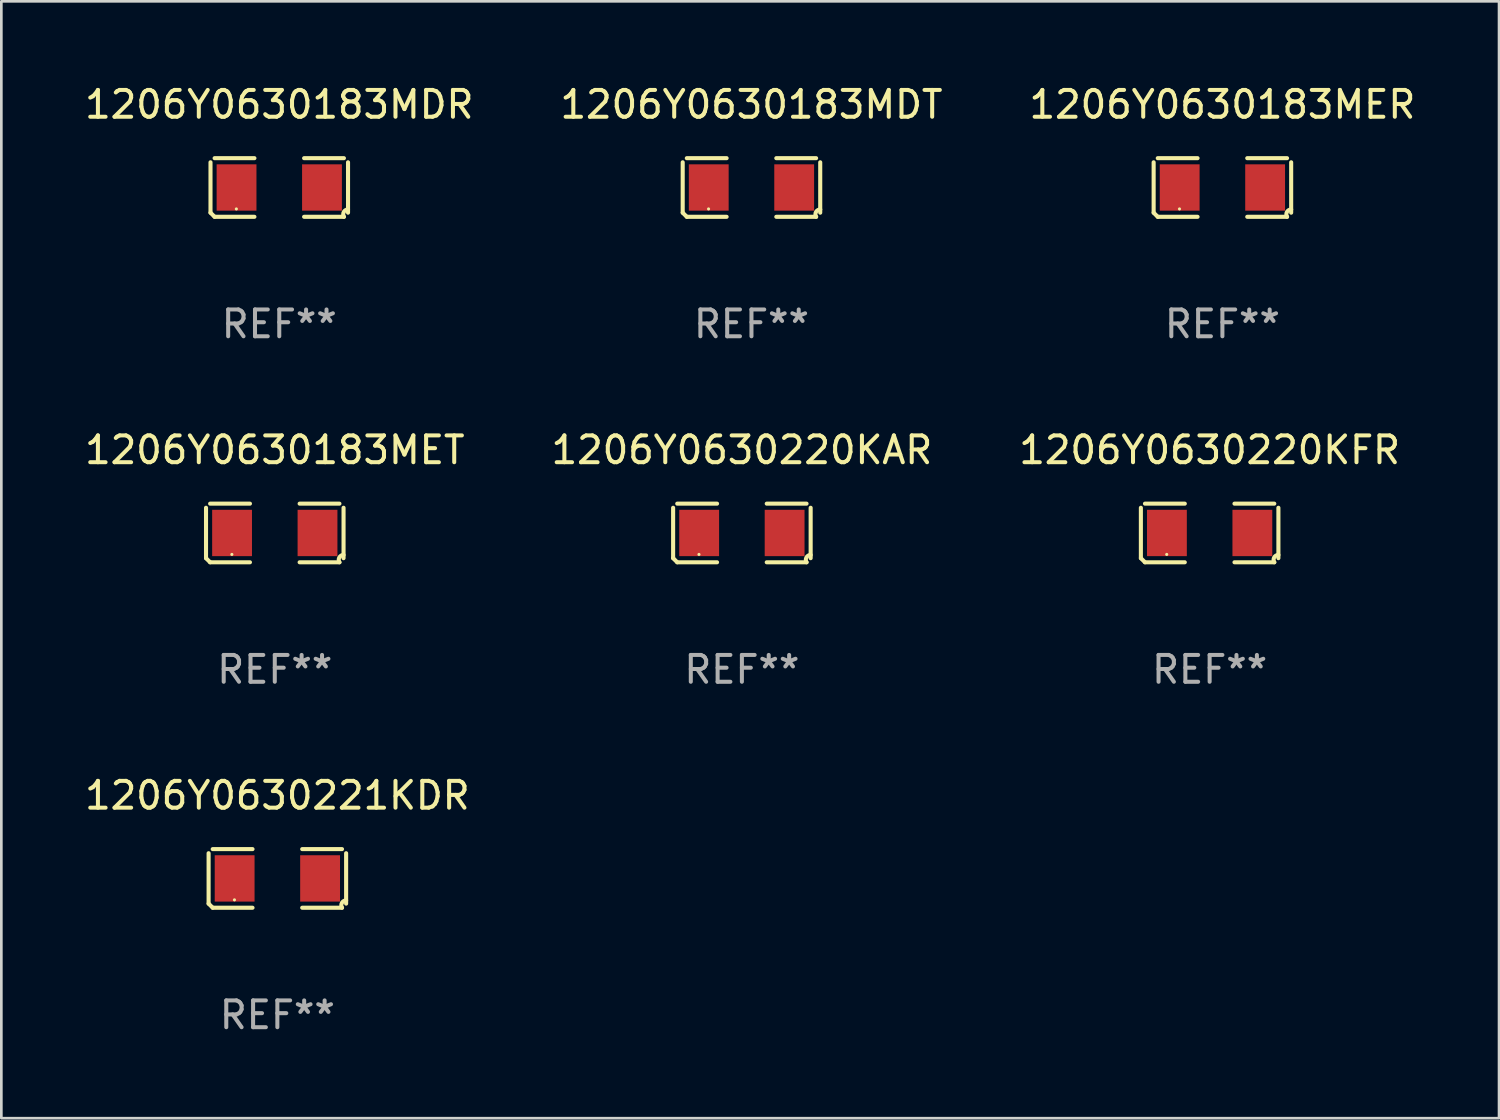
<source format=kicad_pcb>
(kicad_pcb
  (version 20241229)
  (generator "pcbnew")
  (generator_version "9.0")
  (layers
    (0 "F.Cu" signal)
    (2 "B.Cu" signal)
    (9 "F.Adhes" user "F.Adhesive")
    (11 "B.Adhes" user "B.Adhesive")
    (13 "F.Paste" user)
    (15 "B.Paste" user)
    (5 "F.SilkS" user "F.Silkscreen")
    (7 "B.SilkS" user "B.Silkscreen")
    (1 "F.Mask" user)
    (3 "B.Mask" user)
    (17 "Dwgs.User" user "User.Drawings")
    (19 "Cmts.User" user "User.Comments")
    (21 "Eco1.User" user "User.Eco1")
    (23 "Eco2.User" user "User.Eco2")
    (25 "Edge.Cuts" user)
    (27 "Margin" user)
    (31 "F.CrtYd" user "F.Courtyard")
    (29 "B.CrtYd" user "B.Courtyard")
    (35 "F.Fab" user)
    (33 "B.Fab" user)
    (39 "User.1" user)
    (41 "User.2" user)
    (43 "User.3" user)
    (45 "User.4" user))
  (footprint "1206Y0630220KFR"
    (layer "F.Cu")
    (at 42.054 16.823)
    (property "Reference" "1206Y0630220KFR" (at 0 -3.093 0) (layer "F.SilkS") (effects (font (size 1 1) (thickness 0.15))))
    (attr through_hole)
    (fp_line (start -2.564 0.94) (end -2.564 -0.94) (stroke (width 0.152) (type solid)) (layer "F.SilkS"))
    (fp_line (start -2.411 -1.093) (end -0.926 -1.093) (stroke (width 0.152) (type solid)) (layer "F.SilkS"))
    (fp_line (start -0.926 1.093) (end -2.411 1.093) (stroke (width 0.152) (type solid)) (layer "F.SilkS"))
    (fp_line (start 0.926 1.093) (end 2.411 1.093) (stroke (width 0.152) (type solid)) (layer "F.SilkS"))
    (fp_line (start 2.411 -1.093) (end 0.926 -1.093) (stroke (width 0.152) (type solid)) (layer "F.SilkS"))
    (fp_line (start 2.564 0.94) (end 2.564 -0.94) (stroke (width 0.152) (type solid)) (layer "F.SilkS"))
    (fp_arc (start -2.411201 1.092609) (mid -2.487413 1.01642) (end -2.563602 0.940208) (stroke (width 0.1524) (type solid)) (layer "F.SilkS"))
    (fp_arc (start 2.411201 1.092609) (mid 2.407159 0.911226) (end 2.563602 0.819347) (stroke (width 0.1524) (type solid)) (layer "F.SilkS"))
    (fp_circle (center -1.6 0.8) (end -1.57 0.8) (stroke (width 0.06) (type solid)) (fill no) (layer "F.SilkS"))
    (fp_text user "REF**" (at 0 5.093 0) (layer "F.Fab") (effects (font (size 1 1) (thickness 0.15))))
    (pad "1" smd rect (at -1.593 0) (size 1.485 1.728) (layers "F.Cu" "F.Mask" "F.Paste"))
    (pad "2" smd rect (at 1.593 0) (size 1.485 1.728) (layers "F.Cu" "F.Mask" "F.Paste")))
  (footprint "1206Y0630221KDR"
    (layer "F.Cu")
    (at 7.292 29.704)
    (property "Reference" "1206Y0630221KDR" (at 0 -3.093 0) (layer "F.SilkS") (effects (font (size 1 1) (thickness 0.15))))
    (attr through_hole)
    (fp_line (start -2.564 0.94) (end -2.564 -0.94) (stroke (width 0.152) (type solid)) (layer "F.SilkS"))
    (fp_line (start -2.411 -1.093) (end -0.926 -1.093) (stroke (width 0.152) (type solid)) (layer "F.SilkS"))
    (fp_line (start -0.926 1.093) (end -2.411 1.093) (stroke (width 0.152) (type solid)) (layer "F.SilkS"))
    (fp_line (start 0.926 1.093) (end 2.411 1.093) (stroke (width 0.152) (type solid)) (layer "F.SilkS"))
    (fp_line (start 2.411 -1.093) (end 0.926 -1.093) (stroke (width 0.152) (type solid)) (layer "F.SilkS"))
    (fp_line (start 2.564 0.94) (end 2.564 -0.94) (stroke (width 0.152) (type solid)) (layer "F.SilkS"))
    (fp_arc (start -2.411201 1.092609) (mid -2.487413 1.01642) (end -2.563602 0.940208) (stroke (width 0.1524) (type solid)) (layer "F.SilkS"))
    (fp_arc (start 2.411201 1.092609) (mid 2.407159 0.911226) (end 2.563602 0.819347) (stroke (width 0.1524) (type solid)) (layer "F.SilkS"))
    (fp_circle (center -1.6 0.8) (end -1.57 0.8) (stroke (width 0.06) (type solid)) (fill no) (layer "F.SilkS"))
    (fp_text user "REF**" (at 0 5.093 0) (layer "F.Fab") (effects (font (size 1 1) (thickness 0.15))))
    (pad "1" smd rect (at -1.593 0) (size 1.485 1.728) (layers "F.Cu" "F.Mask" "F.Paste"))
    (pad "2" smd rect (at 1.593 0) (size 1.485 1.728) (layers "F.Cu" "F.Mask" "F.Paste")))
  (footprint "1206Y0630183MDR"
    (layer "F.Cu")
    (at 7.363 3.941)
    (property "Reference" "1206Y0630183MDR" (at 0 -3.093 0) (layer "F.SilkS") (effects (font (size 1 1) (thickness 0.15))))
    (attr through_hole)
    (fp_line (start -2.564 0.94) (end -2.564 -0.94) (stroke (width 0.152) (type solid)) (layer "F.SilkS"))
    (fp_line (start -2.411 -1.093) (end -0.926 -1.093) (stroke (width 0.152) (type solid)) (layer "F.SilkS"))
    (fp_line (start -0.926 1.093) (end -2.411 1.093) (stroke (width 0.152) (type solid)) (layer "F.SilkS"))
    (fp_line (start 0.926 1.093) (end 2.411 1.093) (stroke (width 0.152) (type solid)) (layer "F.SilkS"))
    (fp_line (start 2.411 -1.093) (end 0.926 -1.093) (stroke (width 0.152) (type solid)) (layer "F.SilkS"))
    (fp_line (start 2.564 0.94) (end 2.564 -0.94) (stroke (width 0.152) (type solid)) (layer "F.SilkS"))
    (fp_arc (start -2.411201 1.092609) (mid -2.487413 1.01642) (end -2.563602 0.940208) (stroke (width 0.1524) (type solid)) (layer "F.SilkS"))
    (fp_arc (start 2.411201 1.092609) (mid 2.407159 0.911226) (end 2.563602 0.819347) (stroke (width 0.1524) (type solid)) (layer "F.SilkS"))
    (fp_circle (center -1.6 0.8) (end -1.57 0.8) (stroke (width 0.06) (type solid)) (fill no) (layer "F.SilkS"))
    (fp_text user "REF**" (at 0 5.093 0) (layer "F.Fab") (effects (font (size 1 1) (thickness 0.15))))
    (pad "1" smd rect (at -1.593 0) (size 1.485 1.728) (layers "F.Cu" "F.Mask" "F.Paste"))
    (pad "2" smd rect (at 1.593 0) (size 1.485 1.728) (layers "F.Cu" "F.Mask" "F.Paste")))
  (footprint "1206Y0630220KAR"
    (layer "F.Cu")
    (at 24.613 16.823)
    (property "Reference" "1206Y0630220KAR" (at 0 -3.093 0) (layer "F.SilkS") (effects (font (size 1 1) (thickness 0.15))))
    (attr through_hole)
    (fp_line (start -2.564 0.94) (end -2.564 -0.94) (stroke (width 0.152) (type solid)) (layer "F.SilkS"))
    (fp_line (start -2.411 -1.093) (end -0.926 -1.093) (stroke (width 0.152) (type solid)) (layer "F.SilkS"))
    (fp_line (start -0.926 1.093) (end -2.411 1.093) (stroke (width 0.152) (type solid)) (layer "F.SilkS"))
    (fp_line (start 0.926 1.093) (end 2.411 1.093) (stroke (width 0.152) (type solid)) (layer "F.SilkS"))
    (fp_line (start 2.411 -1.093) (end 0.926 -1.093) (stroke (width 0.152) (type solid)) (layer "F.SilkS"))
    (fp_line (start 2.564 0.94) (end 2.564 -0.94) (stroke (width 0.152) (type solid)) (layer "F.SilkS"))
    (fp_arc (start -2.411201 1.092609) (mid -2.487413 1.01642) (end -2.563602 0.940208) (stroke (width 0.1524) (type solid)) (layer "F.SilkS"))
    (fp_arc (start 2.411201 1.092609) (mid 2.407159 0.911226) (end 2.563602 0.819347) (stroke (width 0.1524) (type solid)) (layer "F.SilkS"))
    (fp_circle (center -1.6 0.8) (end -1.57 0.8) (stroke (width 0.06) (type solid)) (fill no) (layer "F.SilkS"))
    (fp_text user "REF**" (at 0 5.093 0) (layer "F.Fab") (effects (font (size 1 1) (thickness 0.15))))
    (pad "1" smd rect (at -1.593 0) (size 1.485 1.728) (layers "F.Cu" "F.Mask" "F.Paste"))
    (pad "2" smd rect (at 1.593 0) (size 1.485 1.728) (layers "F.Cu" "F.Mask" "F.Paste")))
  (footprint "1206Y0630183MET"
    (layer "F.Cu")
    (at 7.196 16.823)
    (property "Reference" "1206Y0630183MET" (at 0 -3.093 0) (layer "F.SilkS") (effects (font (size 1 1) (thickness 0.15))))
    (attr through_hole)
    (fp_line (start -2.564 0.94) (end -2.564 -0.94) (stroke (width 0.152) (type solid)) (layer "F.SilkS"))
    (fp_line (start -2.411 -1.093) (end -0.926 -1.093) (stroke (width 0.152) (type solid)) (layer "F.SilkS"))
    (fp_line (start -0.926 1.093) (end -2.411 1.093) (stroke (width 0.152) (type solid)) (layer "F.SilkS"))
    (fp_line (start 0.926 1.093) (end 2.411 1.093) (stroke (width 0.152) (type solid)) (layer "F.SilkS"))
    (fp_line (start 2.411 -1.093) (end 0.926 -1.093) (stroke (width 0.152) (type solid)) (layer "F.SilkS"))
    (fp_line (start 2.564 0.94) (end 2.564 -0.94) (stroke (width 0.152) (type solid)) (layer "F.SilkS"))
    (fp_arc (start -2.411201 1.092609) (mid -2.487413 1.01642) (end -2.563602 0.940208) (stroke (width 0.1524) (type solid)) (layer "F.SilkS"))
    (fp_arc (start 2.411201 1.092609) (mid 2.407159 0.911226) (end 2.563602 0.819347) (stroke (width 0.1524) (type solid)) (layer "F.SilkS"))
    (fp_circle (center -1.6 0.8) (end -1.57 0.8) (stroke (width 0.06) (type solid)) (fill no) (layer "F.SilkS"))
    (fp_text user "REF**" (at 0 5.093 0) (layer "F.Fab") (effects (font (size 1 1) (thickness 0.15))))
    (pad "1" smd rect (at -1.593 0) (size 1.485 1.728) (layers "F.Cu" "F.Mask" "F.Paste"))
    (pad "2" smd rect (at 1.593 0) (size 1.485 1.728) (layers "F.Cu" "F.Mask" "F.Paste")))
  (footprint "1206Y0630183MDT"
    (layer "F.Cu")
    (at 24.97 3.941)
    (property "Reference" "1206Y0630183MDT" (at 0 -3.093 0) (layer "F.SilkS") (effects (font (size 1 1) (thickness 0.15))))
    (attr through_hole)
    (fp_line (start -2.564 0.94) (end -2.564 -0.94) (stroke (width 0.152) (type solid)) (layer "F.SilkS"))
    (fp_line (start -2.411 -1.093) (end -0.926 -1.093) (stroke (width 0.152) (type solid)) (layer "F.SilkS"))
    (fp_line (start -0.926 1.093) (end -2.411 1.093) (stroke (width 0.152) (type solid)) (layer "F.SilkS"))
    (fp_line (start 0.926 1.093) (end 2.411 1.093) (stroke (width 0.152) (type solid)) (layer "F.SilkS"))
    (fp_line (start 2.411 -1.093) (end 0.926 -1.093) (stroke (width 0.152) (type solid)) (layer "F.SilkS"))
    (fp_line (start 2.564 0.94) (end 2.564 -0.94) (stroke (width 0.152) (type solid)) (layer "F.SilkS"))
    (fp_arc (start -2.411201 1.092609) (mid -2.487413 1.01642) (end -2.563602 0.940208) (stroke (width 0.1524) (type solid)) (layer "F.SilkS"))
    (fp_arc (start 2.411201 1.092609) (mid 2.407159 0.911226) (end 2.563602 0.819347) (stroke (width 0.1524) (type solid)) (layer "F.SilkS"))
    (fp_circle (center -1.6 0.8) (end -1.57 0.8) (stroke (width 0.06) (type solid)) (fill no) (layer "F.SilkS"))
    (fp_text user "REF**" (at 0 5.093 0) (layer "F.Fab") (effects (font (size 1 1) (thickness 0.15))))
    (pad "1" smd rect (at -1.593 0) (size 1.485 1.728) (layers "F.Cu" "F.Mask" "F.Paste"))
    (pad "2" smd rect (at 1.593 0) (size 1.485 1.728) (layers "F.Cu" "F.Mask" "F.Paste")))
  (footprint "1206Y0630183MER"
    (layer "F.Cu")
    (at 42.53 3.941)
    (property "Reference" "1206Y0630183MER" (at 0 -3.093 0) (layer "F.SilkS") (effects (font (size 1 1) (thickness 0.15))))
    (attr through_hole)
    (fp_line (start -2.564 0.94) (end -2.564 -0.94) (stroke (width 0.152) (type solid)) (layer "F.SilkS"))
    (fp_line (start -2.411 -1.093) (end -0.926 -1.093) (stroke (width 0.152) (type solid)) (layer "F.SilkS"))
    (fp_line (start -0.926 1.093) (end -2.411 1.093) (stroke (width 0.152) (type solid)) (layer "F.SilkS"))
    (fp_line (start 0.926 1.093) (end 2.411 1.093) (stroke (width 0.152) (type solid)) (layer "F.SilkS"))
    (fp_line (start 2.411 -1.093) (end 0.926 -1.093) (stroke (width 0.152) (type solid)) (layer "F.SilkS"))
    (fp_line (start 2.564 0.94) (end 2.564 -0.94) (stroke (width 0.152) (type solid)) (layer "F.SilkS"))
    (fp_arc (start -2.411201 1.092609) (mid -2.487413 1.01642) (end -2.563602 0.940208) (stroke (width 0.1524) (type solid)) (layer "F.SilkS"))
    (fp_arc (start 2.411201 1.092609) (mid 2.407159 0.911226) (end 2.563602 0.819347) (stroke (width 0.1524) (type solid)) (layer "F.SilkS"))
    (fp_circle (center -1.6 0.8) (end -1.57 0.8) (stroke (width 0.06) (type solid)) (fill no) (layer "F.SilkS"))
    (fp_text user "REF**" (at 0 5.093 0) (layer "F.Fab") (effects (font (size 1 1) (thickness 0.15))))
    (pad "1" smd rect (at -1.593 0) (size 1.485 1.728) (layers "F.Cu" "F.Mask" "F.Paste"))
    (pad "2" smd rect (at 1.593 0) (size 1.485 1.728) (layers "F.Cu" "F.Mask" "F.Paste")))
  (gr_rect
    (start -3 -3)
    (end 52.845 38.645)
    (stroke (width 0.1) (type default))
    (fill no)
    (layer "Edge.Cuts")))
</source>
